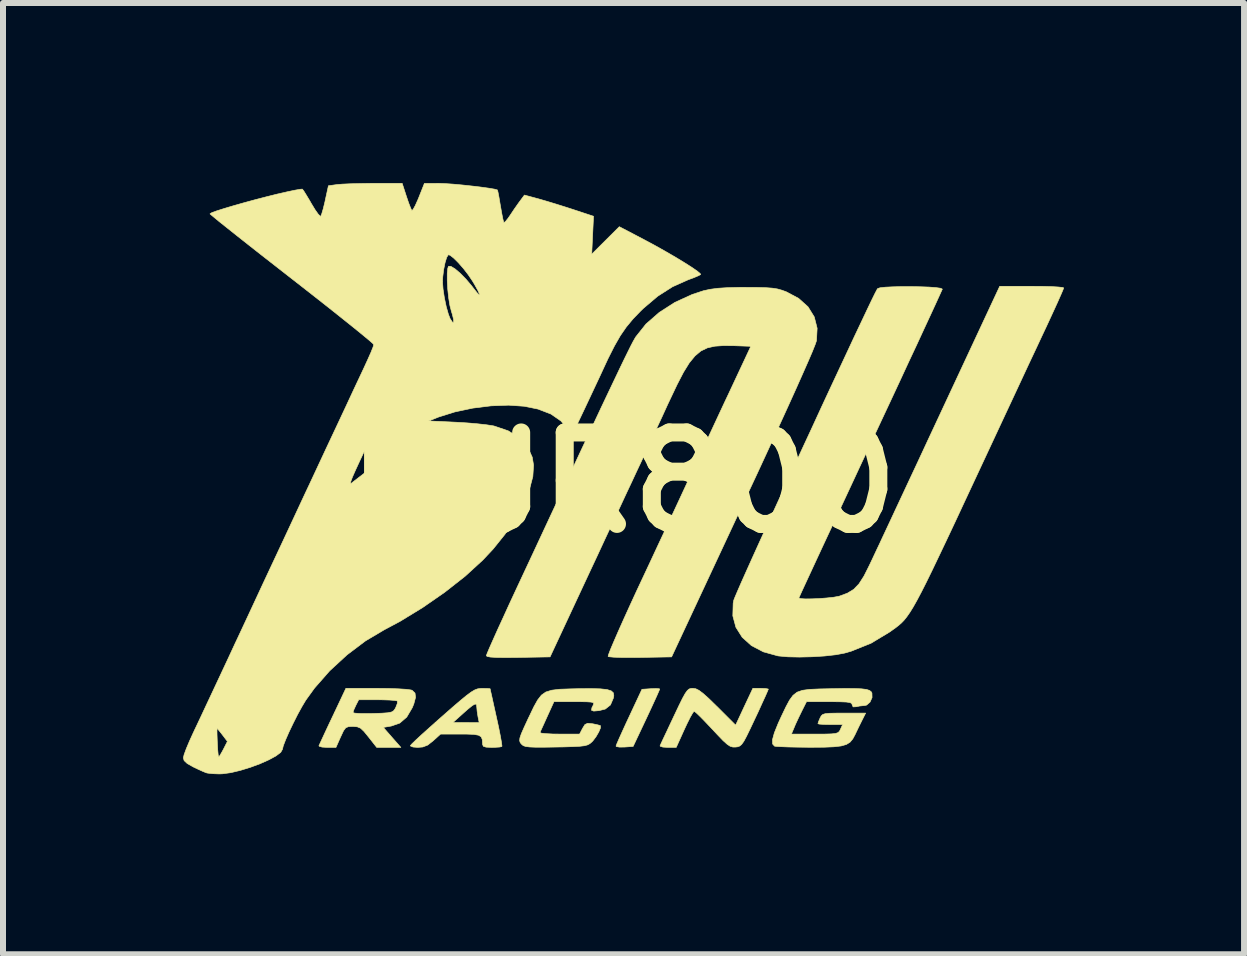
<source format=kicad_pcb>
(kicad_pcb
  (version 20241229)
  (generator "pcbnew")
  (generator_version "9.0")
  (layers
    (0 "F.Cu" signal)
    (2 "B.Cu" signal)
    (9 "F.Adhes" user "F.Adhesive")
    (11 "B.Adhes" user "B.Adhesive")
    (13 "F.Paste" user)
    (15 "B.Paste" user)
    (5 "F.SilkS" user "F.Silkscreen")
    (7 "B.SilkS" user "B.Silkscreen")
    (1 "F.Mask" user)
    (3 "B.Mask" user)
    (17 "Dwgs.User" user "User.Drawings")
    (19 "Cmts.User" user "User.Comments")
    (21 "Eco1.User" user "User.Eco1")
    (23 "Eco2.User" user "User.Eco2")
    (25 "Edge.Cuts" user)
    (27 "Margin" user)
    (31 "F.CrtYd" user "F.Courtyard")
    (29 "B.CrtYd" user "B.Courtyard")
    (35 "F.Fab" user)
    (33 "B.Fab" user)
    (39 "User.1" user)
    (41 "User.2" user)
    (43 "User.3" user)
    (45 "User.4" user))
  (footprint "NUR800"
    (layer "F.Cu")
    (at 7.339 4.99)
    (property "Reference" "NUR800" (at 0 0 0) (layer "F.SilkS") (effects (font (size 1.524 1.524) (thickness 0.3))))
    (attr through_hole)
    (fp_poly (pts (xy 0.595 3.436) (xy 0.603 3.441) (xy 0.59 3.473) (xy 0.555 3.553) (xy 0.501 3.671) (xy 0.434 3.816) (xy 0.382 3.927) (xy 0.16 4.397) (xy 0.017 4.407) (xy -0.068 4.408) (xy -0.119 4.399) (xy -0.125 4.391) (xy -0.112 4.355) (xy -0.076 4.272) (xy -0.022 4.152) (xy 0.045 4.005) (xy 0.092 3.905) (xy 0.307 3.445) (xy 0.455 3.435) (xy 0.542 3.432) (xy 0.595 3.436)) (stroke (width 0.01) (type solid)) (fill yes) (layer "F.SilkS"))
    (fp_poly (pts (xy 2.364 3.432) (xy 2.409 3.44) (xy 2.413 3.443) (xy 2.4 3.475) (xy 2.365 3.555) (xy 2.311 3.672) (xy 2.245 3.818) (xy 2.193 3.928) (xy 2.111 4.102) (xy 2.05 4.227) (xy 2.005 4.311) (xy 1.968 4.363) (xy 1.936 4.39) (xy 1.901 4.403) (xy 1.868 4.407) (xy 1.821 4.407) (xy 1.777 4.394) (xy 1.726 4.36) (xy 1.658 4.299) (xy 1.565 4.202) (xy 1.482 4.113) (xy 1.375 4) (xy 1.284 3.906) (xy 1.215 3.84) (xy 1.179 3.811) (xy 1.177 3.81) (xy 1.154 3.837) (xy 1.112 3.91) (xy 1.058 4.018) (xy 1.014 4.112) (xy 0.878 4.413) (xy 0.738 4.413) (xy 0.656 4.408) (xy 0.612 4.394) (xy 0.609 4.386) (xy 0.625 4.349) (xy 0.664 4.265) (xy 0.721 4.145) (xy 0.79 3.998) (xy 0.839 3.894) (xy 0.921 3.721) (xy 0.982 3.597) (xy 1.028 3.514) (xy 1.064 3.464) (xy 1.095 3.439) (xy 1.128 3.43) (xy 1.156 3.429) (xy 1.204 3.436) (xy 1.258 3.463) (xy 1.327 3.515) (xy 1.421 3.599) (xy 1.548 3.723) (xy 1.561 3.735) (xy 1.868 4.042) (xy 2.011 3.735) (xy 2.155 3.429) (xy 2.284 3.429) (xy 2.364 3.432)) (stroke (width 0.01) (type solid)) (fill yes) (layer "F.SilkS"))
    (fp_poly (pts (xy -2.275 3.431) (xy -2.227 3.435) (xy -2.222 3.437) (xy -2.216 3.469) (xy -2.197 3.552) (xy -2.17 3.675) (xy -2.136 3.828) (xy -2.117 3.914) (xy -2.081 4.078) (xy -2.053 4.219) (xy -2.034 4.326) (xy -2.026 4.387) (xy -2.027 4.398) (xy -2.065 4.407) (xy -2.145 4.412) (xy -2.196 4.413) (xy -2.29 4.409) (xy -2.336 4.394) (xy -2.349 4.361) (xy -2.349 4.352) (xy -2.353 4.283) (xy -2.372 4.237) (xy -2.415 4.21) (xy -2.495 4.196) (xy -2.621 4.191) (xy -2.718 4.191) (xy -3.048 4.191) (xy -3.171 4.302) (xy -3.262 4.374) (xy -3.344 4.406) (xy -3.428 4.413) (xy -3.507 4.407) (xy -3.549 4.39) (xy -3.551 4.382) (xy -3.525 4.353) (xy -3.458 4.288) (xy -3.357 4.195) (xy -3.229 4.08) (xy -3.137 3.998) (xy -2.842 3.998) (xy -2.405 4) (xy -2.425 3.901) (xy -2.439 3.811) (xy -2.445 3.743) (xy -2.45 3.7) (xy -2.472 3.69) (xy -2.518 3.715) (xy -2.596 3.778) (xy -2.667 3.841) (xy -2.842 3.998) (xy -3.137 3.998) (xy -3.082 3.949) (xy -3.016 3.891) (xy -2.844 3.74) (xy -2.712 3.627) (xy -2.612 3.545) (xy -2.537 3.49) (xy -2.48 3.456) (xy -2.433 3.438) (xy -2.388 3.431) (xy -2.357 3.43) (xy -2.275 3.431)) (stroke (width 0.01) (type solid)) (fill yes) (layer "F.SilkS"))
    (fp_poly (pts (xy -3.915 3.431) (xy -3.75 3.437) (xy -3.622 3.445) (xy -3.541 3.456) (xy -3.522 3.462) (xy -3.474 3.508) (xy -3.465 3.579) (xy -3.494 3.688) (xy -3.52 3.752) (xy -3.612 3.908) (xy -3.728 4.008) (xy -3.869 4.057) (xy -4.002 4.08) (xy -3.856 4.247) (xy -3.71 4.413) (xy -4.112 4.413) (xy -4.249 4.239) (xy -4.325 4.146) (xy -4.381 4.093) (xy -4.436 4.07) (xy -4.504 4.064) (xy -4.511 4.064) (xy -4.582 4.067) (xy -4.628 4.086) (xy -4.665 4.135) (xy -4.708 4.227) (xy -4.714 4.239) (xy -4.791 4.413) (xy -4.938 4.413) (xy -5.022 4.408) (xy -5.07 4.394) (xy -5.075 4.385) (xy -5.058 4.348) (xy -5.019 4.264) (xy -4.963 4.143) (xy -4.894 3.996) (xy -4.845 3.893) (xy -4.816 3.832) (xy -4.509 3.832) (xy -4.479 3.842) (xy -4.399 3.848) (xy -4.282 3.849) (xy -4.175 3.848) (xy -4.026 3.843) (xy -3.928 3.836) (xy -3.867 3.824) (xy -3.832 3.804) (xy -3.808 3.772) (xy -3.795 3.748) (xy -3.769 3.681) (xy -3.768 3.64) (xy -3.769 3.639) (xy -3.807 3.631) (xy -3.894 3.624) (xy -4.016 3.62) (xy -4.1 3.619) (xy -4.412 3.619) (xy -4.46 3.713) (xy -4.493 3.785) (xy -4.508 3.831) (xy -4.509 3.832) (xy -4.816 3.832) (xy -4.626 3.429) (xy -4.105 3.429) (xy -3.915 3.431)) (stroke (width 0.01) (type solid)) (fill yes) (layer "F.SilkS"))
    (fp_poly (pts (xy -0.388 3.437) (xy -0.275 3.449) (xy -0.205 3.471) (xy -0.169 3.504) (xy -0.162 3.551) (xy -0.169 3.591) (xy -0.218 3.706) (xy -0.304 3.774) (xy -0.406 3.8) (xy -0.496 3.808) (xy -0.533 3.795) (xy -0.527 3.752) (xy -0.507 3.713) (xy -0.496 3.686) (xy -0.503 3.668) (xy -0.54 3.658) (xy -0.615 3.653) (xy -0.739 3.651) (xy -0.816 3.651) (xy -1.159 3.651) (xy -1.27 3.895) (xy -1.322 4.01) (xy -1.364 4.102) (xy -1.389 4.157) (xy -1.392 4.165) (xy -1.367 4.176) (xy -1.291 4.184) (xy -1.176 4.19) (xy -1.067 4.191) (xy -0.732 4.191) (xy -0.682 4.095) (xy -0.643 4.032) (xy -0.597 4.011) (xy -0.519 4.019) (xy -0.515 4.019) (xy -0.435 4.036) (xy -0.388 4.049) (xy -0.385 4.051) (xy -0.384 4.089) (xy -0.413 4.157) (xy -0.459 4.236) (xy -0.512 4.306) (xy -0.529 4.323) (xy -0.562 4.351) (xy -0.599 4.371) (xy -0.65 4.385) (xy -0.727 4.394) (xy -0.84 4.4) (xy -0.999 4.405) (xy -1.125 4.407) (xy -1.322 4.41) (xy -1.464 4.41) (xy -1.563 4.406) (xy -1.629 4.398) (xy -1.67 4.384) (xy -1.695 4.364) (xy -1.72 4.335) (xy -1.731 4.303) (xy -1.727 4.257) (xy -1.703 4.186) (xy -1.657 4.081) (xy -1.588 3.932) (xy -1.57 3.895) (xy -1.495 3.738) (xy -1.431 3.623) (xy -1.368 3.542) (xy -1.294 3.49) (xy -1.197 3.46) (xy -1.066 3.444) (xy -0.89 3.438) (xy -0.767 3.435) (xy -0.549 3.433) (xy -0.388 3.437)) (stroke (width 0.01) (type solid)) (fill yes) (layer "F.SilkS"))
    (fp_poly (pts (xy 3.844 3.432) (xy 3.965 3.437) (xy 4.047 3.447) (xy 4.099 3.464) (xy 4.128 3.487) (xy 4.139 3.508) (xy 4.141 3.583) (xy 4.107 3.658) (xy 4.05 3.708) (xy 4.019 3.715) (xy 3.932 3.724) (xy 3.881 3.735) (xy 3.825 3.738) (xy 3.81 3.703) (xy 3.802 3.681) (xy 3.773 3.666) (xy 3.712 3.657) (xy 3.609 3.653) (xy 3.453 3.651) (xy 3.43 3.651) (xy 3.049 3.651) (xy 2.973 3.802) (xy 2.917 3.917) (xy 2.864 4.031) (xy 2.847 4.072) (xy 2.797 4.191) (xy 3.187 4.191) (xy 3.35 4.191) (xy 3.461 4.188) (xy 3.532 4.181) (xy 3.573 4.167) (xy 3.597 4.145) (xy 3.614 4.112) (xy 3.65 4.032) (xy 3.444 4.032) (xy 3.339 4.03) (xy 3.265 4.025) (xy 3.239 4.018) (xy 3.25 3.982) (xy 3.275 3.923) (xy 3.294 3.888) (xy 3.318 3.865) (xy 3.361 3.851) (xy 3.435 3.844) (xy 3.55 3.842) (xy 3.673 3.842) (xy 4.034 3.842) (xy 3.974 3.961) (xy 3.918 4.074) (xy 3.862 4.191) (xy 3.858 4.2) (xy 3.819 4.272) (xy 3.774 4.326) (xy 3.713 4.364) (xy 3.626 4.389) (xy 3.505 4.403) (xy 3.339 4.41) (xy 3.121 4.411) (xy 3.089 4.411) (xy 2.91 4.409) (xy 2.751 4.406) (xy 2.625 4.401) (xy 2.542 4.396) (xy 2.516 4.392) (xy 2.484 4.356) (xy 2.482 4.284) (xy 2.513 4.171) (xy 2.577 4.012) (xy 2.63 3.896) (xy 2.704 3.741) (xy 2.765 3.627) (xy 2.824 3.546) (xy 2.892 3.493) (xy 2.98 3.462) (xy 3.1 3.446) (xy 3.263 3.439) (xy 3.453 3.435) (xy 3.676 3.431) (xy 3.844 3.432)) (stroke (width 0.01) (type solid)) (fill yes) (layer "F.SilkS"))
    (fp_poly (pts (xy 2.226 -3.251) (xy 2.37 -3.247) (xy 2.478 -3.239) (xy 2.563 -3.226) (xy 2.638 -3.205) (xy 2.712 -3.178) (xy 2.917 -3.069) (xy 3.074 -2.928) (xy 3.178 -2.76) (xy 3.226 -2.571) (xy 3.215 -2.366) (xy 3.213 -2.357) (xy 3.193 -2.299) (xy 3.148 -2.186) (xy 3.078 -2.023) (xy 2.985 -1.812) (xy 2.871 -1.556) (xy 2.737 -1.26) (xy 2.584 -0.925) (xy 2.415 -0.556) (xy 2.23 -0.156) (xy 2.03 0.272) (xy 1.989 0.361) (xy 0.801 2.905) (xy 0.284 2.914) (xy 0.109 2.915) (xy -0.044 2.914) (xy -0.164 2.91) (xy -0.238 2.903) (xy -0.257 2.898) (xy -0.249 2.865) (xy -0.217 2.781) (xy -0.162 2.651) (xy -0.088 2.481) (xy 0.002 2.279) (xy 0.107 2.048) (xy 0.223 1.796) (xy 0.306 1.619) (xy 0.441 1.331) (xy 0.577 1.039) (xy 0.711 0.753) (xy 0.837 0.483) (xy 0.951 0.238) (xy 1.048 0.029) (xy 1.125 -0.136) (xy 1.143 -0.175) (xy 1.229 -0.361) (xy 1.335 -0.589) (xy 1.453 -0.842) (xy 1.575 -1.104) (xy 1.694 -1.359) (xy 1.757 -1.492) (xy 2.121 -2.27) (xy 1.846 -2.28) (xy 1.669 -2.282) (xy 1.522 -2.272) (xy 1.397 -2.244) (xy 1.289 -2.192) (xy 1.191 -2.11) (xy 1.096 -1.994) (xy 0.999 -1.837) (xy 0.893 -1.633) (xy 0.772 -1.378) (xy 0.736 -1.302) (xy 0.636 -1.083) (xy 0.532 -0.86) (xy 0.434 -0.647) (xy 0.346 -0.458) (xy 0.276 -0.307) (xy 0.258 -0.27) (xy 0.211 -0.17) (xy 0.141 -0.019) (xy 0.05 0.174) (xy -0.056 0.402) (xy -0.176 0.658) (xy -0.305 0.934) (xy -0.439 1.223) (xy -0.565 1.492) (xy -1.224 2.905) (xy -1.755 2.914) (xy -1.965 2.916) (xy -2.117 2.914) (xy -2.217 2.908) (xy -2.271 2.898) (xy -2.286 2.885) (xy -2.273 2.849) (xy -2.236 2.761) (xy -2.178 2.63) (xy -2.102 2.46) (xy -2.01 2.26) (xy -1.907 2.034) (xy -1.794 1.791) (xy -1.782 1.765) (xy -1.51 1.183) (xy -1.264 0.655) (xy -1.042 0.18) (xy -0.843 -0.246) (xy -0.666 -0.624) (xy -0.509 -0.958) (xy -0.372 -1.25) (xy -0.252 -1.503) (xy -0.149 -1.719) (xy -0.062 -1.902) (xy 0.011 -2.053) (xy 0.071 -2.175) (xy 0.119 -2.272) (xy 0.157 -2.345) (xy 0.186 -2.397) (xy 0.204 -2.427) (xy 0.374 -2.641) (xy 0.596 -2.835) (xy 0.856 -3.002) (xy 1.145 -3.134) (xy 1.333 -3.196) (xy 1.444 -3.22) (xy 1.572 -3.237) (xy 1.73 -3.247) (xy 1.933 -3.252) (xy 2.032 -3.252) (xy 2.226 -3.251)) (stroke (width 0.01) (type solid)) (fill yes) (layer "F.SilkS"))
    (fp_poly (pts (xy 6.977 -3.269) (xy 7.129 -3.265) (xy 7.245 -3.258) (xy 7.317 -3.25) (xy 7.334 -3.243) (xy 7.321 -3.208) (xy 7.285 -3.124) (xy 7.23 -3) (xy 7.159 -2.845) (xy 7.077 -2.667) (xy 7.046 -2.6) (xy 6.971 -2.441) (xy 6.874 -2.233) (xy 6.758 -1.987) (xy 6.629 -1.71) (xy 6.491 -1.414) (xy 6.347 -1.106) (xy 6.203 -0.797) (xy 6.105 -0.587) (xy 5.888 -0.122) (xy 5.696 0.289) (xy 5.528 0.65) (xy 5.38 0.964) (xy 5.251 1.235) (xy 5.14 1.467) (xy 5.044 1.663) (xy 4.961 1.827) (xy 4.889 1.963) (xy 4.827 2.073) (xy 4.772 2.162) (xy 4.722 2.234) (xy 4.676 2.292) (xy 4.631 2.339) (xy 4.585 2.379) (xy 4.538 2.416) (xy 4.485 2.454) (xy 4.433 2.491) (xy 4.123 2.678) (xy 3.791 2.811) (xy 3.682 2.842) (xy 3.538 2.869) (xy 3.351 2.89) (xy 3.142 2.903) (xy 2.931 2.908) (xy 2.739 2.904) (xy 2.587 2.89) (xy 2.572 2.888) (xy 2.33 2.821) (xy 2.131 2.717) (xy 1.977 2.578) (xy 1.872 2.411) (xy 1.821 2.221) (xy 1.827 2.011) (xy 1.837 1.96) (xy 1.855 1.914) (xy 1.897 1.815) (xy 1.96 1.67) (xy 2.044 1.482) (xy 2.145 1.257) (xy 2.261 1.001) (xy 2.39 0.718) (xy 2.529 0.414) (xy 2.676 0.093) (xy 2.828 -0.239) (xy 2.984 -0.577) (xy 3.141 -0.915) (xy 3.295 -1.25) (xy 3.446 -1.575) (xy 3.591 -1.885) (xy 3.727 -2.176) (xy 3.851 -2.442) (xy 3.963 -2.678) (xy 4.058 -2.879) (xy 4.135 -3.04) (xy 4.192 -3.156) (xy 4.226 -3.22) (xy 4.233 -3.231) (xy 4.273 -3.245) (xy 4.36 -3.255) (xy 4.484 -3.261) (xy 4.631 -3.265) (xy 4.789 -3.265) (xy 4.946 -3.262) (xy 5.089 -3.257) (xy 5.206 -3.248) (xy 5.284 -3.237) (xy 5.312 -3.223) (xy 5.312 -3.223) (xy 5.297 -3.19) (xy 5.258 -3.104) (xy 5.196 -2.968) (xy 5.113 -2.788) (xy 5.01 -2.566) (xy 4.891 -2.308) (xy 4.755 -2.018) (xy 4.607 -1.698) (xy 4.447 -1.355) (xy 4.277 -0.992) (xy 4.113 -0.64) (xy 3.936 -0.262) (xy 3.768 0.099) (xy 3.609 0.44) (xy 3.462 0.755) (xy 3.328 1.042) (xy 3.21 1.296) (xy 3.11 1.512) (xy 3.029 1.687) (xy 2.969 1.817) (xy 2.933 1.897) (xy 2.921 1.924) (xy 2.95 1.934) (xy 3.027 1.939) (xy 3.136 1.938) (xy 3.261 1.933) (xy 3.388 1.923) (xy 3.501 1.911) (xy 3.584 1.896) (xy 3.596 1.893) (xy 3.731 1.843) (xy 3.836 1.779) (xy 3.924 1.687) (xy 4.007 1.557) (xy 4.077 1.418) (xy 4.104 1.363) (xy 4.13 1.308) (xy 4.157 1.251) (xy 4.187 1.187) (xy 4.222 1.112) (xy 4.265 1.022) (xy 4.315 0.914) (xy 4.376 0.784) (xy 4.449 0.628) (xy 4.536 0.441) (xy 4.639 0.221) (xy 4.759 -0.036) (xy 4.899 -0.335) (xy 5.059 -0.679) (xy 5.243 -1.073) (xy 5.451 -1.519) (xy 5.494 -1.611) (xy 6.268 -3.27) (xy 6.801 -3.27) (xy 6.977 -3.269)) (stroke (width 0.01) (type solid)) (fill yes) (layer "F.SilkS"))
    (fp_poly (pts (xy -3.618 -4.77) (xy -3.581 -4.661) (xy -3.548 -4.576) (xy -3.528 -4.534) (xy -3.527 -4.533) (xy -3.507 -4.549) (xy -3.471 -4.613) (xy -3.427 -4.711) (xy -3.412 -4.747) (xy -3.318 -4.984) (xy -3.073 -4.985) (xy -2.973 -4.981) (xy -2.84 -4.972) (xy -2.687 -4.958) (xy -2.529 -4.941) (xy -2.378 -4.923) (xy -2.247 -4.905) (xy -2.152 -4.889) (xy -2.104 -4.876) (xy -2.102 -4.875) (xy -2.092 -4.841) (xy -2.076 -4.759) (xy -2.057 -4.646) (xy -2.05 -4.606) (xy -2.029 -4.485) (xy -2.01 -4.39) (xy -1.996 -4.337) (xy -1.993 -4.332) (xy -1.969 -4.347) (xy -1.924 -4.403) (xy -1.89 -4.452) (xy -1.82 -4.557) (xy -1.749 -4.658) (xy -1.726 -4.689) (xy -1.651 -4.79) (xy -1.421 -4.728) (xy -1.29 -4.69) (xy -1.125 -4.64) (xy -0.95 -4.585) (xy -0.845 -4.551) (xy -0.5 -4.437) (xy -0.515 -4.121) (xy -0.53 -3.805) (xy -0.3 -4.034) (xy -0.07 -4.263) (xy 0.322 -4.058) (xy 0.507 -3.959) (xy 0.689 -3.857) (xy 0.86 -3.758) (xy 1.013 -3.665) (xy 1.139 -3.585) (xy 1.231 -3.521) (xy 1.28 -3.479) (xy 1.285 -3.466) (xy 1.248 -3.446) (xy 1.168 -3.412) (xy 1.078 -3.379) (xy 0.816 -3.262) (xy 0.57 -3.105) (xy 0.327 -2.899) (xy 0.284 -2.857) (xy 0.156 -2.724) (xy 0.046 -2.591) (xy -0.054 -2.446) (xy -0.152 -2.275) (xy -0.258 -2.065) (xy -0.325 -1.921) (xy -0.397 -1.765) (xy -0.486 -1.576) (xy -0.579 -1.378) (xy -0.666 -1.193) (xy -0.666 -1.193) (xy -0.861 -0.783) (xy -0.918 -0.876) (xy -1.043 -1.026) (xy -1.209 -1.141) (xy -1.424 -1.224) (xy -1.654 -1.271) (xy -1.914 -1.289) (xy -2.207 -1.278) (xy -2.512 -1.24) (xy -2.809 -1.177) (xy -3.077 -1.093) (xy -3.093 -1.087) (xy -3.247 -1.026) (xy -2.79 -1.005) (xy -2.609 -0.994) (xy -2.433 -0.979) (xy -2.281 -0.962) (xy -2.171 -0.945) (xy -2.154 -0.941) (xy -1.922 -0.862) (xy -1.737 -0.747) (xy -1.602 -0.6) (xy -1.521 -0.423) (xy -1.499 -0.29) (xy -1.511 -0.1) (xy -1.569 0.12) (xy -1.669 0.359) (xy -1.806 0.609) (xy -1.975 0.862) (xy -2.171 1.106) (xy -2.344 1.291) (xy -2.638 1.56) (xy -2.978 1.827) (xy -3.347 2.083) (xy -3.727 2.315) (xy -3.988 2.454) (xy -4.3 2.639) (xy -4.607 2.871) (xy -4.896 3.137) (xy -5.148 3.424) (xy -5.294 3.626) (xy -5.358 3.733) (xy -5.431 3.866) (xy -5.504 4.011) (xy -5.573 4.155) (xy -5.63 4.285) (xy -5.669 4.386) (xy -5.683 4.445) (xy -5.683 4.445) (xy -5.712 4.496) (xy -5.792 4.556) (xy -5.91 4.62) (xy -6.056 4.685) (xy -6.218 4.745) (xy -6.384 4.796) (xy -6.543 4.834) (xy -6.683 4.853) (xy -6.738 4.855) (xy -6.843 4.851) (xy -6.926 4.842) (xy -6.953 4.836) (xy -7.007 4.814) (xy -7.095 4.774) (xy -7.168 4.739) (xy -7.269 4.682) (xy -7.321 4.633) (xy -7.334 4.587) (xy -7.321 4.532) (xy -7.285 4.434) (xy -7.231 4.306) (xy -7.166 4.163) (xy -7.162 4.155) (xy -7.148 4.125) (xy -6.774 4.125) (xy -6.773 4.202) (xy -6.769 4.311) (xy -6.768 4.334) (xy -6.762 4.448) (xy -6.754 4.532) (xy -6.746 4.571) (xy -6.745 4.572) (xy -6.724 4.546) (xy -6.687 4.482) (xy -6.666 4.443) (xy -6.6 4.313) (xy -6.683 4.204) (xy -6.735 4.138) (xy -6.768 4.1) (xy -6.772 4.096) (xy -6.774 4.125) (xy -7.148 4.125) (xy -7.11 4.045) (xy -7.035 3.886) (xy -6.942 3.687) (xy -6.834 3.457) (xy -6.715 3.203) (xy -6.59 2.936) (xy -6.463 2.662) (xy -6.435 2.603) (xy -6.312 2.34) (xy -6.17 2.035) (xy -6.013 1.697) (xy -5.843 1.334) (xy -5.665 0.954) (xy -5.483 0.564) (xy -5.3 0.171) (xy -5.224 0.01) (xy -4.55 0.01) (xy -4.54 0.014) (xy -4.532 0.009) (xy -4.491 -0.023) (xy -4.413 -0.083) (xy -4.311 -0.162) (xy -4.255 -0.206) (xy -4.149 -0.288) (xy -4.062 -0.356) (xy -4.007 -0.4) (xy -3.994 -0.41) (xy -3.992 -0.447) (xy -4.007 -0.529) (xy -4.035 -0.641) (xy -4.047 -0.683) (xy -4.121 -0.937) (xy -4.297 -0.568) (xy -4.395 -0.36) (xy -4.467 -0.204) (xy -4.516 -0.093) (xy -4.542 -0.024) (xy -4.55 0.01) (xy -5.224 0.01) (xy -5.119 -0.215) (xy -4.945 -0.588) (xy -4.78 -0.939) (xy -4.629 -1.261) (xy -4.496 -1.547) (xy -4.383 -1.787) (xy -4.322 -1.917) (xy -4.259 -2.055) (xy -4.207 -2.172) (xy -4.173 -2.258) (xy -4.161 -2.298) (xy -4.185 -2.324) (xy -4.256 -2.385) (xy -4.367 -2.477) (xy -4.515 -2.597) (xy -4.695 -2.741) (xy -4.902 -2.906) (xy -5.132 -3.087) (xy -5.381 -3.282) (xy -5.46 -3.344) (xy -3.016 -3.344) (xy -3.007 -3.223) (xy -2.985 -3.078) (xy -2.954 -2.931) (xy -2.918 -2.804) (xy -2.888 -2.728) (xy -2.85 -2.671) (xy -2.831 -2.669) (xy -2.831 -2.714) (xy -2.851 -2.799) (xy -2.867 -2.85) (xy -2.893 -2.95) (xy -2.914 -3.08) (xy -2.929 -3.223) (xy -2.937 -3.363) (xy -2.937 -3.484) (xy -2.928 -3.571) (xy -2.915 -3.604) (xy -2.876 -3.602) (xy -2.807 -3.56) (xy -2.72 -3.486) (xy -2.625 -3.389) (xy -2.532 -3.279) (xy -2.513 -3.254) (xy -2.442 -3.164) (xy -2.404 -3.126) (xy -2.399 -3.139) (xy -2.427 -3.201) (xy -2.487 -3.309) (xy -2.518 -3.36) (xy -2.586 -3.461) (xy -2.667 -3.566) (xy -2.752 -3.663) (xy -2.83 -3.74) (xy -2.89 -3.787) (xy -2.92 -3.795) (xy -2.947 -3.75) (xy -2.974 -3.661) (xy -2.997 -3.547) (xy -3.012 -3.426) (xy -3.016 -3.344) (xy -5.46 -3.344) (xy -5.526 -3.395) (xy -5.782 -3.595) (xy -6.023 -3.783) (xy -6.243 -3.956) (xy -6.439 -4.111) (xy -6.605 -4.243) (xy -6.738 -4.349) (xy -6.831 -4.426) (xy -6.882 -4.469) (xy -6.89 -4.477) (xy -6.861 -4.496) (xy -6.78 -4.526) (xy -6.657 -4.565) (xy -6.503 -4.611) (xy -6.327 -4.661) (xy -6.14 -4.712) (xy -5.951 -4.761) (xy -5.771 -4.806) (xy -5.609 -4.843) (xy -5.477 -4.871) (xy -5.383 -4.887) (xy -5.352 -4.889) (xy -5.331 -4.864) (xy -5.288 -4.795) (xy -5.229 -4.697) (xy -5.203 -4.651) (xy -5.14 -4.547) (xy -5.087 -4.472) (xy -5.052 -4.437) (xy -5.045 -4.437) (xy -5.028 -4.478) (xy -5.003 -4.563) (xy -4.975 -4.678) (xy -4.97 -4.703) (xy -4.917 -4.945) (xy -4.772 -4.965) (xy -4.687 -4.972) (xy -4.555 -4.978) (xy -4.392 -4.982) (xy -4.213 -4.985) (xy -4.157 -4.985) (xy -3.688 -4.985) (xy -3.618 -4.77)) (stroke (width 0.01) (type solid)) (fill yes) (layer "F.SilkS")))
  (gr_rect
    (start -3 -3)
    (end 17.678 12.85)
    (stroke (width 0.1) (type default))
    (fill no)
    (layer "Edge.Cuts")))
</source>
